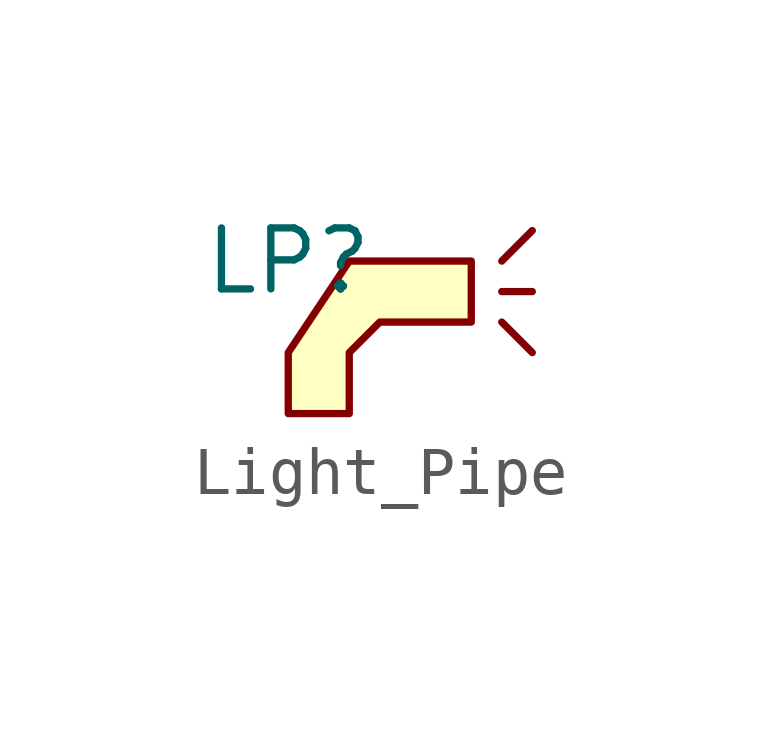
<source format=kicad_sym>
(kicad_symbol_lib
  (version 20241209)
  (generator "kicad_symbol_editor")
  (generator_version "9.0")
  (symbol "Light_Pipe"
    (property "Reference" "LP"
      (at 0 0 0)
      (effects (font (size 1.27 1.27))))
    (property "Value" ""
      (at 0 0 0)
      (effects (font (size 1.27 1.27))))
    (symbol "Light_Pipe_0_1"
      (polyline (pts (xy 4.445 0) (xy 5.08 0.635)) (stroke (width 0) (type default)) (fill (type none)))
      (polyline (pts (xy 4.445 -0.635) (xy 5.08 -0.635)) (stroke (width 0) (type default)) (fill (type none)))
      (polyline (pts (xy 4.445 -1.27) (xy 5.08 -1.905)) (stroke (width 0) (type default)) (fill (type none))))
    (symbol "Light_Pipe_1_1"
      (polyline (pts (xy 0 -1.905) (xy 0 -3.175) (xy 1.27 -3.175) (xy 1.27 -1.905) (xy 1.905 -1.27) (xy 3.81 -1.27) (xy 3.81 0) (xy 1.27 0) (xy 0 -1.905)) (stroke (width 0) (type solid)) (fill (type background))))))
</source>
